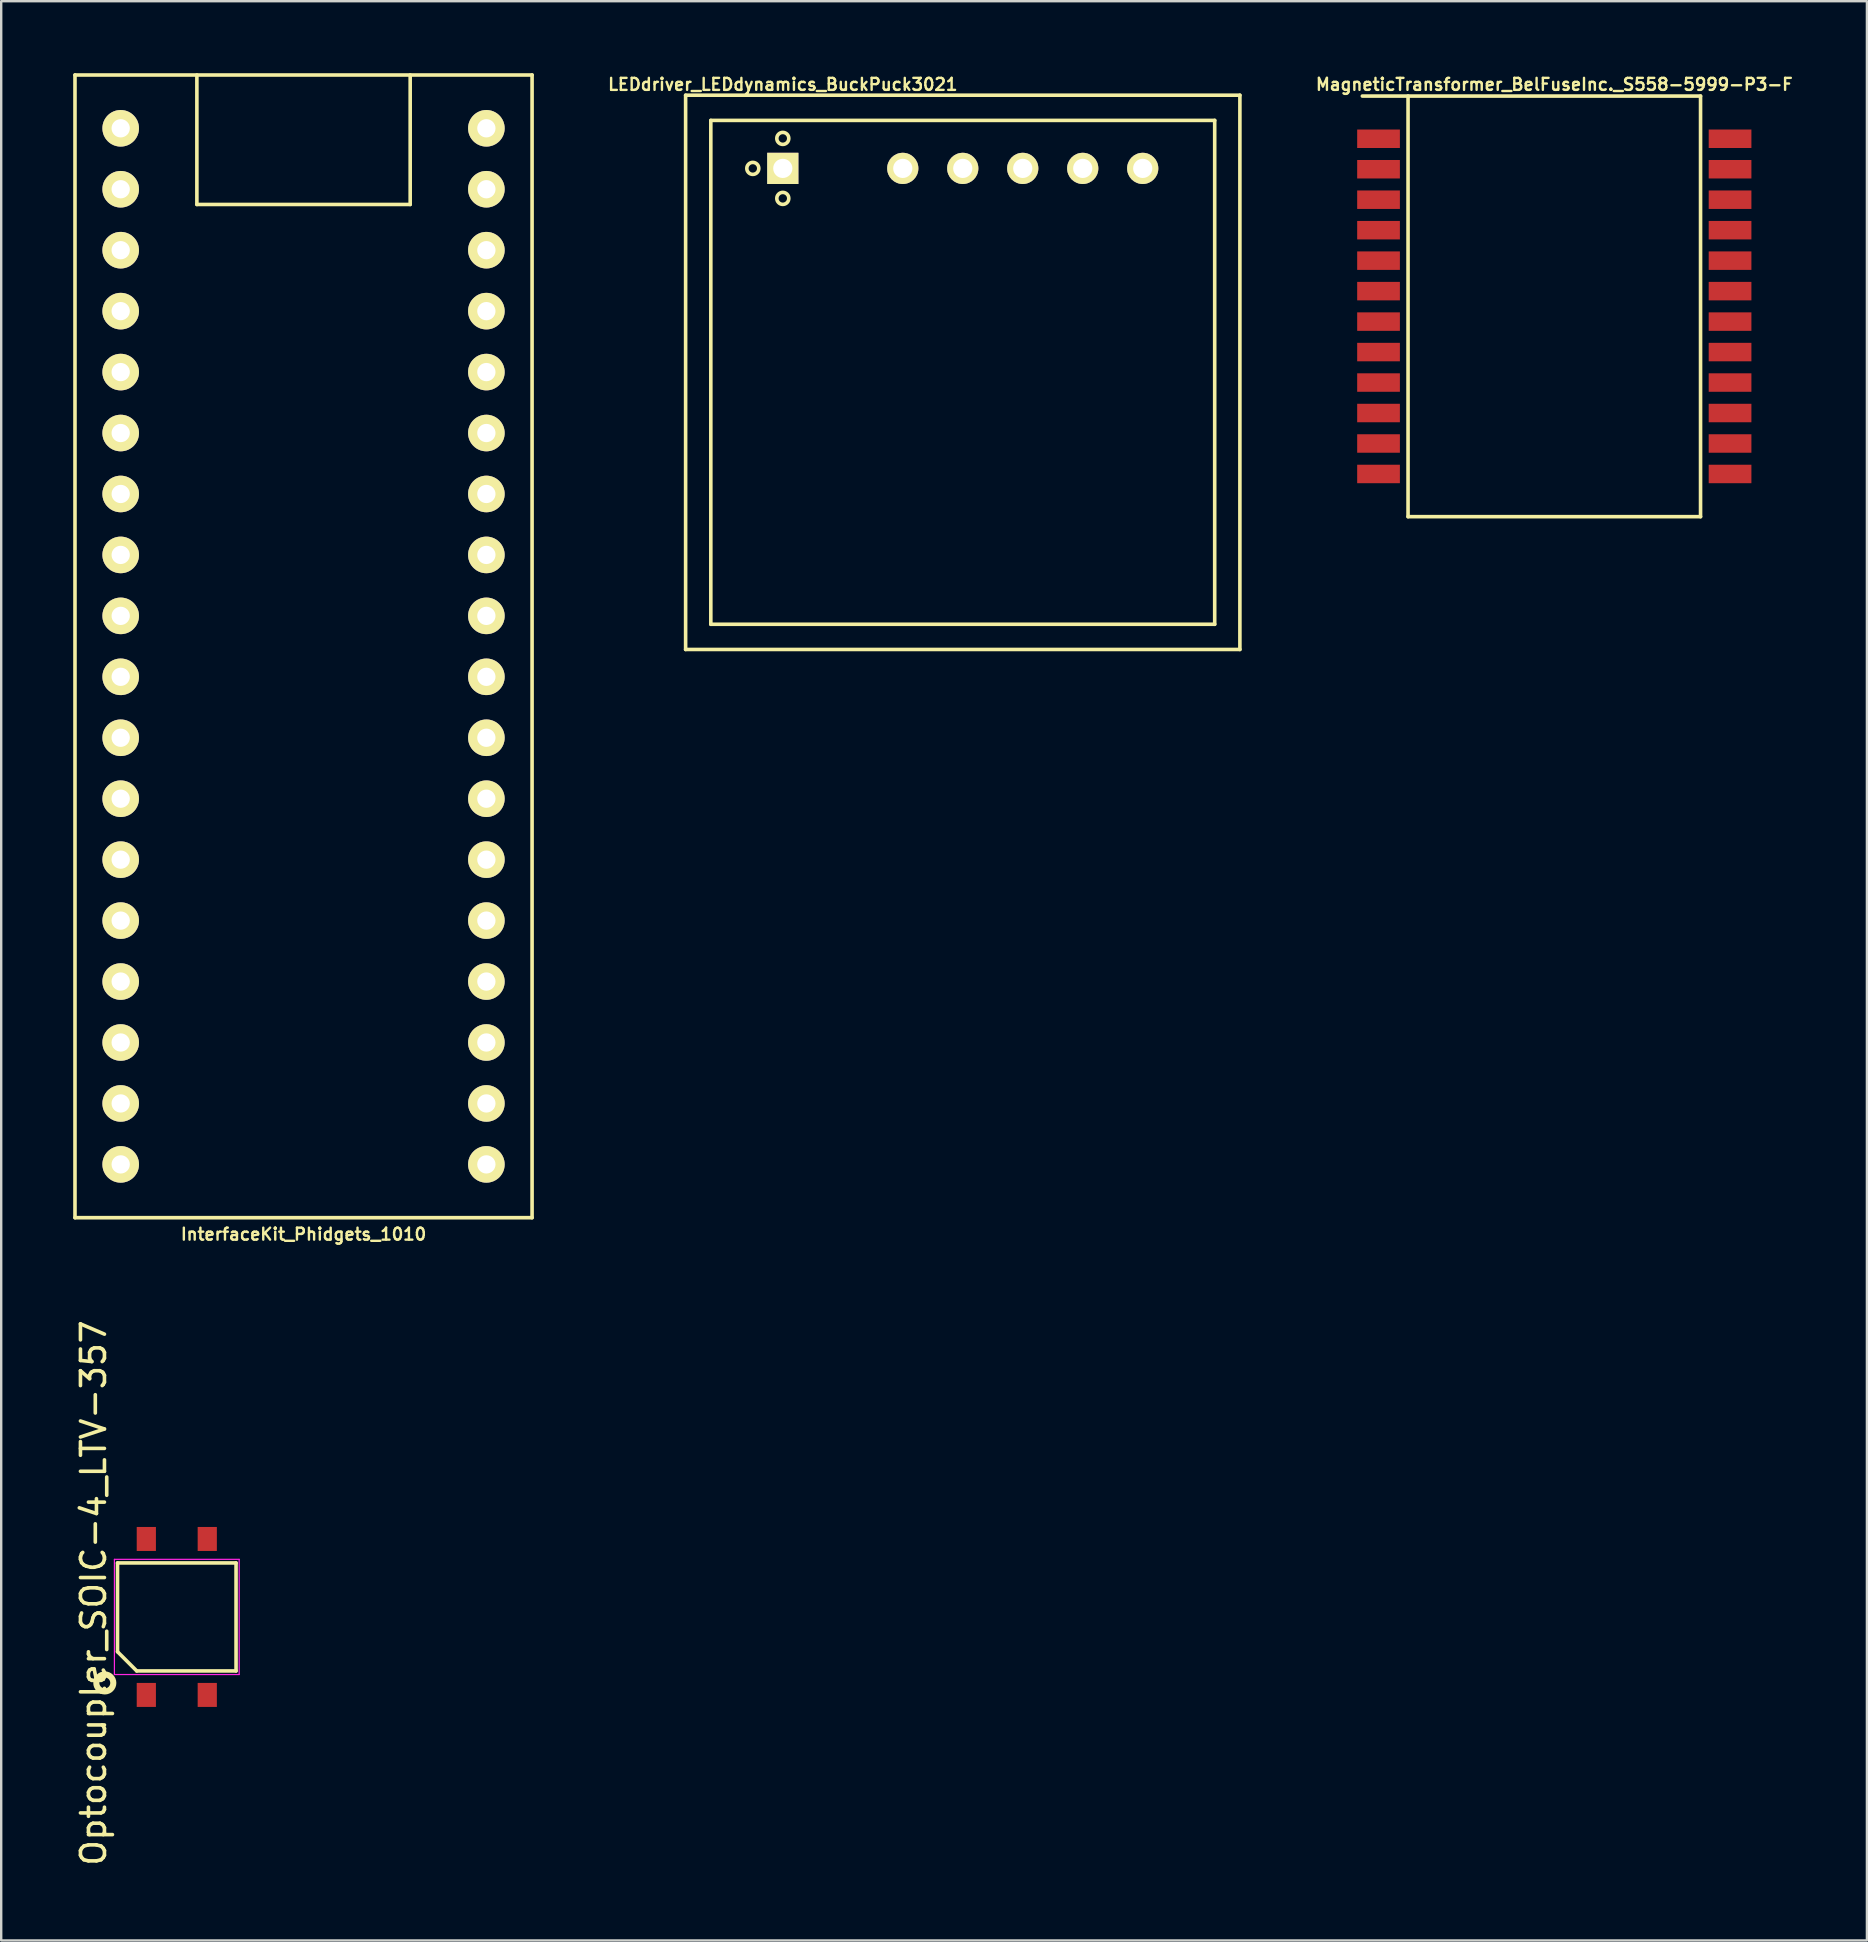
<source format=kicad_pcb>
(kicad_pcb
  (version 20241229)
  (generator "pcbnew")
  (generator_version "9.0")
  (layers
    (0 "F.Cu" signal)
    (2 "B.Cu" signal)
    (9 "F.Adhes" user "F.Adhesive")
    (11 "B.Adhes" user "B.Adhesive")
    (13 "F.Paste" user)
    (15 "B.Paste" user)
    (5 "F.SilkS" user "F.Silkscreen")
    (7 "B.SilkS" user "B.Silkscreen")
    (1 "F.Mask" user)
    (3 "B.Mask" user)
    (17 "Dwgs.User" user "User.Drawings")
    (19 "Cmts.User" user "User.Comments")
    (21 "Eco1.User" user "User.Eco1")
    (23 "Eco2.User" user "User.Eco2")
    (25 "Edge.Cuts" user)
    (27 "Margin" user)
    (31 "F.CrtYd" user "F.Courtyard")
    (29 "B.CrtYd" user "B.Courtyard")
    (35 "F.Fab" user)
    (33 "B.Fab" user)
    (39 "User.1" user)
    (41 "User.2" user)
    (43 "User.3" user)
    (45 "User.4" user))
  (footprint "Optocoupler_SOIC-4_LTV-357"
    (layer "F.Cu")
    (at 4.318 64.338)
    (property "Reference" "Optocoupler_SOIC-4_LTV-357" (at -3.47 -1 90) (layer "F.SilkS") (effects (font (size 1 1) (thickness 0.15))))
    (attr smd)
    (fp_line (start -2.47 -2.25) (end 2.47 -2.25) (stroke (width 0.15) (type solid)) (layer "F.SilkS"))
    (fp_line (start -2.47 1.45) (end -2.47 -2.25) (stroke (width 0.15) (type solid)) (layer "F.SilkS"))
    (fp_line (start -1.67 2.25) (end -2.47 1.45) (stroke (width 0.15) (type solid)) (layer "F.SilkS"))
    (fp_line (start 2.47 -2.25) (end 2.47 2.25) (stroke (width 0.15) (type solid)) (layer "F.SilkS"))
    (fp_line (start 2.47 2.25) (end -1.67 2.25) (stroke (width 0.15) (type solid)) (layer "F.SilkS"))
    (fp_circle (center -3 2.75) (end -2.646 2.75) (stroke (width 0.254) (type solid)) (fill no) (layer "F.SilkS"))
    (fp_line (start -2.6 -2.4) (end 2.6 -2.4) (stroke (width 0.05) (type solid)) (layer "F.CrtYd"))
    (fp_line (start -2.6 2.4) (end -2.6 -2.4) (stroke (width 0.05) (type solid)) (layer "F.CrtYd"))
    (fp_line (start 2.6 -2.4) (end 2.6 2.4) (stroke (width 0.05) (type solid)) (layer "F.CrtYd"))
    (fp_line (start 2.6 2.4) (end -2.6 2.4) (stroke (width 0.05) (type solid)) (layer "F.CrtYd"))
    (pad "1" smd rect (at -1.27 3.25) (size 0.8 1) (layers "F.Cu" "F.Mask" "F.Paste"))
    (pad "2" smd rect (at 1.27 3.25) (size 0.8 1) (layers "F.Cu" "F.Mask" "F.Paste"))
    (pad "3" smd rect (at 1.27 -3.25) (size 0.8 1) (layers "F.Cu" "F.Mask" "F.Paste"))
    (pad "4" smd rect (at -1.27 -3.25) (size 0.8 1) (layers "F.Cu" "F.Mask" "F.Paste")))
  (footprint "InterfaceKit_Phidgets_1010"
    (layer "F.Cu")
    (at 9.6 23.887)
    (property "Reference" "InterfaceKit_Phidgets_1010" (at 0 24.5 0) (layer "F.SilkS") (effects (font (size 0.5 0.5) (thickness 0.1))))
    (attr through_hole)
    (fp_line (start -9.525 -23.812) (end -9.525 23.812) (stroke (width 0.15) (type solid)) (layer "F.SilkS"))
    (fp_line (start -9.525 -23.812) (end 9.525 -23.812) (stroke (width 0.15) (type solid)) (layer "F.SilkS"))
    (fp_line (start -9.525 23.812) (end 9.525 23.812) (stroke (width 0.15) (type solid)) (layer "F.SilkS"))
    (fp_line (start -4.445 -23.812) (end -4.445 -18.415) (stroke (width 0.15) (type solid)) (layer "F.SilkS"))
    (fp_line (start -4.445 -18.415) (end 4.445 -18.415) (stroke (width 0.15) (type solid)) (layer "F.SilkS"))
    (fp_line (start 4.445 -18.415) (end 4.445 -23.812) (stroke (width 0.15) (type solid)) (layer "F.SilkS"))
    (fp_line (start 9.525 -23.812) (end 9.525 23.812) (stroke (width 0.15) (type solid)) (layer "F.SilkS"))
    (pad "1" thru_hole circle (at -7.62 -21.59) (size 1.524 1.524) (drill 0.762) (layers "*.Cu" "*.Mask" "F.SilkS"))
    (pad "2" thru_hole circle (at -7.62 -19.05) (size 1.524 1.524) (drill 0.762) (layers "*.Cu" "*.Mask" "F.SilkS"))
    (pad "3" thru_hole circle (at -7.62 -16.51) (size 1.524 1.524) (drill 0.762) (layers "*.Cu" "*.Mask" "F.SilkS"))
    (pad "4" thru_hole circle (at -7.62 -13.97) (size 1.524 1.524) (drill 0.762) (layers "*.Cu" "*.Mask" "F.SilkS"))
    (pad "5" thru_hole circle (at -7.62 -11.43) (size 1.524 1.524) (drill 0.762) (layers "*.Cu" "*.Mask" "F.SilkS"))
    (pad "6" thru_hole circle (at -7.62 -8.89) (size 1.524 1.524) (drill 0.762) (layers "*.Cu" "*.Mask" "F.SilkS"))
    (pad "7" thru_hole circle (at -7.62 -6.35) (size 1.524 1.524) (drill 0.762) (layers "*.Cu" "*.Mask" "F.SilkS"))
    (pad "8" thru_hole circle (at -7.62 -3.81) (size 1.524 1.524) (drill 0.762) (layers "*.Cu" "*.Mask" "F.SilkS"))
    (pad "9" thru_hole circle (at -7.62 -1.27) (size 1.524 1.524) (drill 0.762) (layers "*.Cu" "*.Mask" "F.SilkS"))
    (pad "10" thru_hole circle (at -7.62 1.27) (size 1.524 1.524) (drill 0.762) (layers "*.Cu" "*.Mask" "F.SilkS"))
    (pad "11" thru_hole circle (at -7.62 3.81) (size 1.524 1.524) (drill 0.762) (layers "*.Cu" "*.Mask" "F.SilkS"))
    (pad "12" thru_hole circle (at -7.62 6.35) (size 1.524 1.524) (drill 0.762) (layers "*.Cu" "*.Mask" "F.SilkS"))
    (pad "13" thru_hole circle (at -7.62 8.89) (size 1.524 1.524) (drill 0.762) (layers "*.Cu" "*.Mask" "F.SilkS"))
    (pad "14" thru_hole circle (at -7.62 11.43) (size 1.524 1.524) (drill 0.762) (layers "*.Cu" "*.Mask" "F.SilkS"))
    (pad "15" thru_hole circle (at -7.62 13.97) (size 1.524 1.524) (drill 0.762) (layers "*.Cu" "*.Mask" "F.SilkS"))
    (pad "16" thru_hole circle (at -7.62 16.51) (size 1.524 1.524) (drill 0.762) (layers "*.Cu" "*.Mask" "F.SilkS"))
    (pad "17" thru_hole circle (at -7.62 19.05) (size 1.524 1.524) (drill 0.762) (layers "*.Cu" "*.Mask" "F.SilkS"))
    (pad "18" thru_hole circle (at -7.62 21.59) (size 1.524 1.524) (drill 0.762) (layers "*.Cu" "*.Mask" "F.SilkS"))
    (pad "19" thru_hole circle (at 7.62 21.59) (size 1.524 1.524) (drill 0.762) (layers "*.Cu" "*.Mask" "F.SilkS"))
    (pad "20" thru_hole circle (at 7.62 19.05) (size 1.524 1.524) (drill 0.762) (layers "*.Cu" "*.Mask" "F.SilkS"))
    (pad "21" thru_hole circle (at 7.62 16.51) (size 1.524 1.524) (drill 0.762) (layers "*.Cu" "*.Mask" "F.SilkS"))
    (pad "22" thru_hole circle (at 7.62 13.97) (size 1.524 1.524) (drill 0.762) (layers "*.Cu" "*.Mask" "F.SilkS"))
    (pad "23" thru_hole circle (at 7.62 11.43) (size 1.524 1.524) (drill 0.762) (layers "*.Cu" "*.Mask" "F.SilkS"))
    (pad "24" thru_hole circle (at 7.62 8.89) (size 1.524 1.524) (drill 0.762) (layers "*.Cu" "*.Mask" "F.SilkS"))
    (pad "25" thru_hole circle (at 7.62 6.35) (size 1.524 1.524) (drill 0.762) (layers "*.Cu" "*.Mask" "F.SilkS"))
    (pad "26" thru_hole circle (at 7.62 3.81) (size 1.524 1.524) (drill 0.762) (layers "*.Cu" "*.Mask" "F.SilkS"))
    (pad "27" thru_hole circle (at 7.62 1.27) (size 1.524 1.524) (drill 0.762) (layers "*.Cu" "*.Mask" "F.SilkS"))
    (pad "28" thru_hole circle (at 7.62 -1.27) (size 1.524 1.524) (drill 0.762) (layers "*.Cu" "*.Mask" "F.SilkS"))
    (pad "29" thru_hole circle (at 7.62 -3.81) (size 1.524 1.524) (drill 0.762) (layers "*.Cu" "*.Mask" "F.SilkS"))
    (pad "30" thru_hole circle (at 7.62 -6.35) (size 1.524 1.524) (drill 0.762) (layers "*.Cu" "*.Mask" "F.SilkS"))
    (pad "31" thru_hole circle (at 7.62 -8.89) (size 1.524 1.524) (drill 0.762) (layers "*.Cu" "*.Mask" "F.SilkS"))
    (pad "32" thru_hole circle (at 7.62 -11.43) (size 1.524 1.524) (drill 0.762) (layers "*.Cu" "*.Mask" "F.SilkS"))
    (pad "33" thru_hole circle (at 7.62 -13.97) (size 1.524 1.524) (drill 0.762) (layers "*.Cu" "*.Mask" "F.SilkS"))
    (pad "34" thru_hole circle (at 7.62 -16.51) (size 1.524 1.524) (drill 0.762) (layers "*.Cu" "*.Mask" "F.SilkS"))
    (pad "35" thru_hole circle (at 7.62 -19.05) (size 1.524 1.524) (drill 0.762) (layers "*.Cu" "*.Mask" "F.SilkS"))
    (pad "36" thru_hole circle (at 7.62 -21.59) (size 1.524 1.524) (drill 0.762) (layers "*.Cu" "*.Mask" "F.SilkS")))
  (footprint "MagneticTransformer_BelFuseInc._S558-5999-P3-F"
    (layer "F.Cu")
    (at 61.727 9.718)
    (property "Reference" "MagneticTransformer_BelFuseInc._S558-5999-P3-F" (at 0 -9.25 180) (layer "F.SilkS") (effects (font (size 0.5 0.5) (thickness 0.1))))
    (attr through_hole)
    (fp_line (start -6.095 -8.765) (end -6.095 8.765) (stroke (width 0.15) (type solid)) (layer "F.SilkS"))
    (fp_line (start 6.095 -8.765) (end -8 -8.765) (stroke (width 0.15) (type solid)) (layer "F.SilkS"))
    (fp_line (start 6.095 -8.765) (end 6.095 8.765) (stroke (width 0.15) (type solid)) (layer "F.SilkS"))
    (fp_line (start 6.095 8.765) (end -6.095 8.765) (stroke (width 0.15) (type solid)) (layer "F.SilkS"))
    (pad "1" smd rect (at -7.325 -6.985 270) (size 0.77 1.78) (layers "F.Cu" "F.Mask" "F.Paste"))
    (pad "2" smd rect (at -7.325 -5.715 270) (size 0.77 1.78) (layers "F.Cu" "F.Mask" "F.Paste"))
    (pad "3" smd rect (at -7.325 -4.445 270) (size 0.77 1.78) (layers "F.Cu" "F.Mask" "F.Paste"))
    (pad "4" smd rect (at -7.325 -3.175 270) (size 0.77 1.78) (layers "F.Cu" "F.Mask" "F.Paste"))
    (pad "5" smd rect (at -7.325 -1.905 270) (size 0.77 1.78) (layers "F.Cu" "F.Mask" "F.Paste"))
    (pad "6" smd rect (at -7.325 -0.635 270) (size 0.77 1.78) (layers "F.Cu" "F.Mask" "F.Paste"))
    (pad "7" smd rect (at -7.325 0.635 270) (size 0.77 1.78) (layers "F.Cu" "F.Mask" "F.Paste"))
    (pad "8" smd rect (at -7.325 1.905 270) (size 0.77 1.78) (layers "F.Cu" "F.Mask" "F.Paste"))
    (pad "9" smd rect (at -7.325 3.175 270) (size 0.77 1.78) (layers "F.Cu" "F.Mask" "F.Paste"))
    (pad "10" smd rect (at -7.325 4.445 270) (size 0.77 1.78) (layers "F.Cu" "F.Mask" "F.Paste"))
    (pad "11" smd rect (at -7.325 5.715 270) (size 0.77 1.78) (layers "F.Cu" "F.Mask" "F.Paste"))
    (pad "12" smd rect (at -7.325 6.985 270) (size 0.77 1.78) (layers "F.Cu" "F.Mask" "F.Paste"))
    (pad "13" smd rect (at 7.325 6.985 270) (size 0.77 1.78) (layers "F.Cu" "F.Mask" "F.Paste"))
    (pad "14" smd rect (at 7.325 5.715 270) (size 0.77 1.78) (layers "F.Cu" "F.Mask" "F.Paste"))
    (pad "15" smd rect (at 7.325 4.445 270) (size 0.77 1.78) (layers "F.Cu" "F.Mask" "F.Paste"))
    (pad "16" smd rect (at 7.325 3.175 270) (size 0.77 1.78) (layers "F.Cu" "F.Mask" "F.Paste"))
    (pad "17" smd rect (at 7.325 1.905 270) (size 0.77 1.78) (layers "F.Cu" "F.Mask" "F.Paste"))
    (pad "18" smd rect (at 7.325 0.635 270) (size 0.77 1.78) (layers "F.Cu" "F.Mask" "F.Paste"))
    (pad "19" smd rect (at 7.325 -0.635 270) (size 0.77 1.78) (layers "F.Cu" "F.Mask" "F.Paste"))
    (pad "20" smd rect (at 7.325 -1.905 270) (size 0.77 1.78) (layers "F.Cu" "F.Mask" "F.Paste"))
    (pad "21" smd rect (at 7.325 -3.175 270) (size 0.77 1.78) (layers "F.Cu" "F.Mask" "F.Paste"))
    (pad "22" smd rect (at 7.325 -4.445 270) (size 0.77 1.78) (layers "F.Cu" "F.Mask" "F.Paste"))
    (pad "23" smd rect (at 7.325 -5.715 270) (size 0.77 1.78) (layers "F.Cu" "F.Mask" "F.Paste"))
    (pad "24" smd rect (at 7.325 -6.985 270) (size 0.77 1.78) (layers "F.Cu" "F.Mask" "F.Paste")))
  (footprint "LEDdriver_LEDdynamics_BuckPuck3021"
    (layer "F.Cu")
    (at 37.074 12.468)
    (property "Reference" "LEDdriver_LEDdynamics_BuckPuck3021" (at -7.5 -12 0) (layer "F.SilkS") (effects (font (size 0.5 0.5) (thickness 0.1))))
    (attr through_hole)
    (fp_line (start -11.55 -11.55) (end 11.55 -11.55) (stroke (width 0.15) (type solid)) (layer "F.SilkS"))
    (fp_line (start -11.55 11.55) (end -11.55 -11.55) (stroke (width 0.15) (type solid)) (layer "F.SilkS"))
    (fp_line (start -10.5 -10.5) (end 10.5 -10.5) (stroke (width 0.15) (type solid)) (layer "F.SilkS"))
    (fp_line (start -10.5 10.5) (end -10.5 -10.5) (stroke (width 0.15) (type solid)) (layer "F.SilkS"))
    (fp_line (start 10.5 -10.5) (end 10.5 10.5) (stroke (width 0.15) (type solid)) (layer "F.SilkS"))
    (fp_line (start 10.5 10.5) (end -10.5 10.5) (stroke (width 0.15) (type solid)) (layer "F.SilkS"))
    (fp_line (start 11.55 -11.55) (end 11.55 11.55) (stroke (width 0.15) (type solid)) (layer "F.SilkS"))
    (fp_line (start 11.55 11.55) (end -11.55 11.55) (stroke (width 0.15) (type solid)) (layer "F.SilkS"))
    (fp_circle (center -8.75 -8.5) (end -9 -8.5) (stroke (width 0.15) (type solid)) (fill no) (layer "F.SilkS"))
    (fp_circle (center -7.5 -9.75) (end -7.5 -10) (stroke (width 0.15) (type solid)) (fill no) (layer "F.SilkS"))
    (fp_circle (center -7.5 -7.25) (end -7.5 -7.5) (stroke (width 0.15) (type solid)) (fill no) (layer "F.SilkS"))
    (pad "1" thru_hole rect (at -7.5 -8.5) (size 1.3 1.3) (drill 0.8) (layers "*.Cu" "*.Mask" "F.SilkS"))
    (pad "3" thru_hole circle (at -2.5 -8.5) (size 1.3 1.3) (drill 0.8) (layers "*.Cu" "*.Mask" "F.SilkS"))
    (pad "4" thru_hole circle (at 0 -8.5) (size 1.3 1.3) (drill 0.8) (layers "*.Cu" "*.Mask" "F.SilkS"))
    (pad "5" thru_hole circle (at 2.5 -8.5) (size 1.3 1.3) (drill 0.8) (layers "*.Cu" "*.Mask" "F.SilkS"))
    (pad "6" thru_hole circle (at 5 -8.5) (size 1.3 1.3) (drill 0.8) (layers "*.Cu" "*.Mask" "F.SilkS"))
    (pad "7" thru_hole circle (at 7.5 -8.5) (size 1.3 1.3) (drill 0.8) (layers "*.Cu" "*.Mask" "F.SilkS")))
  (gr_rect
    (start -3 -3)
    (end 74.756 77.82)
    (stroke (width 0.1) (type default))
    (fill no)
    (layer "Edge.Cuts")))
</source>
